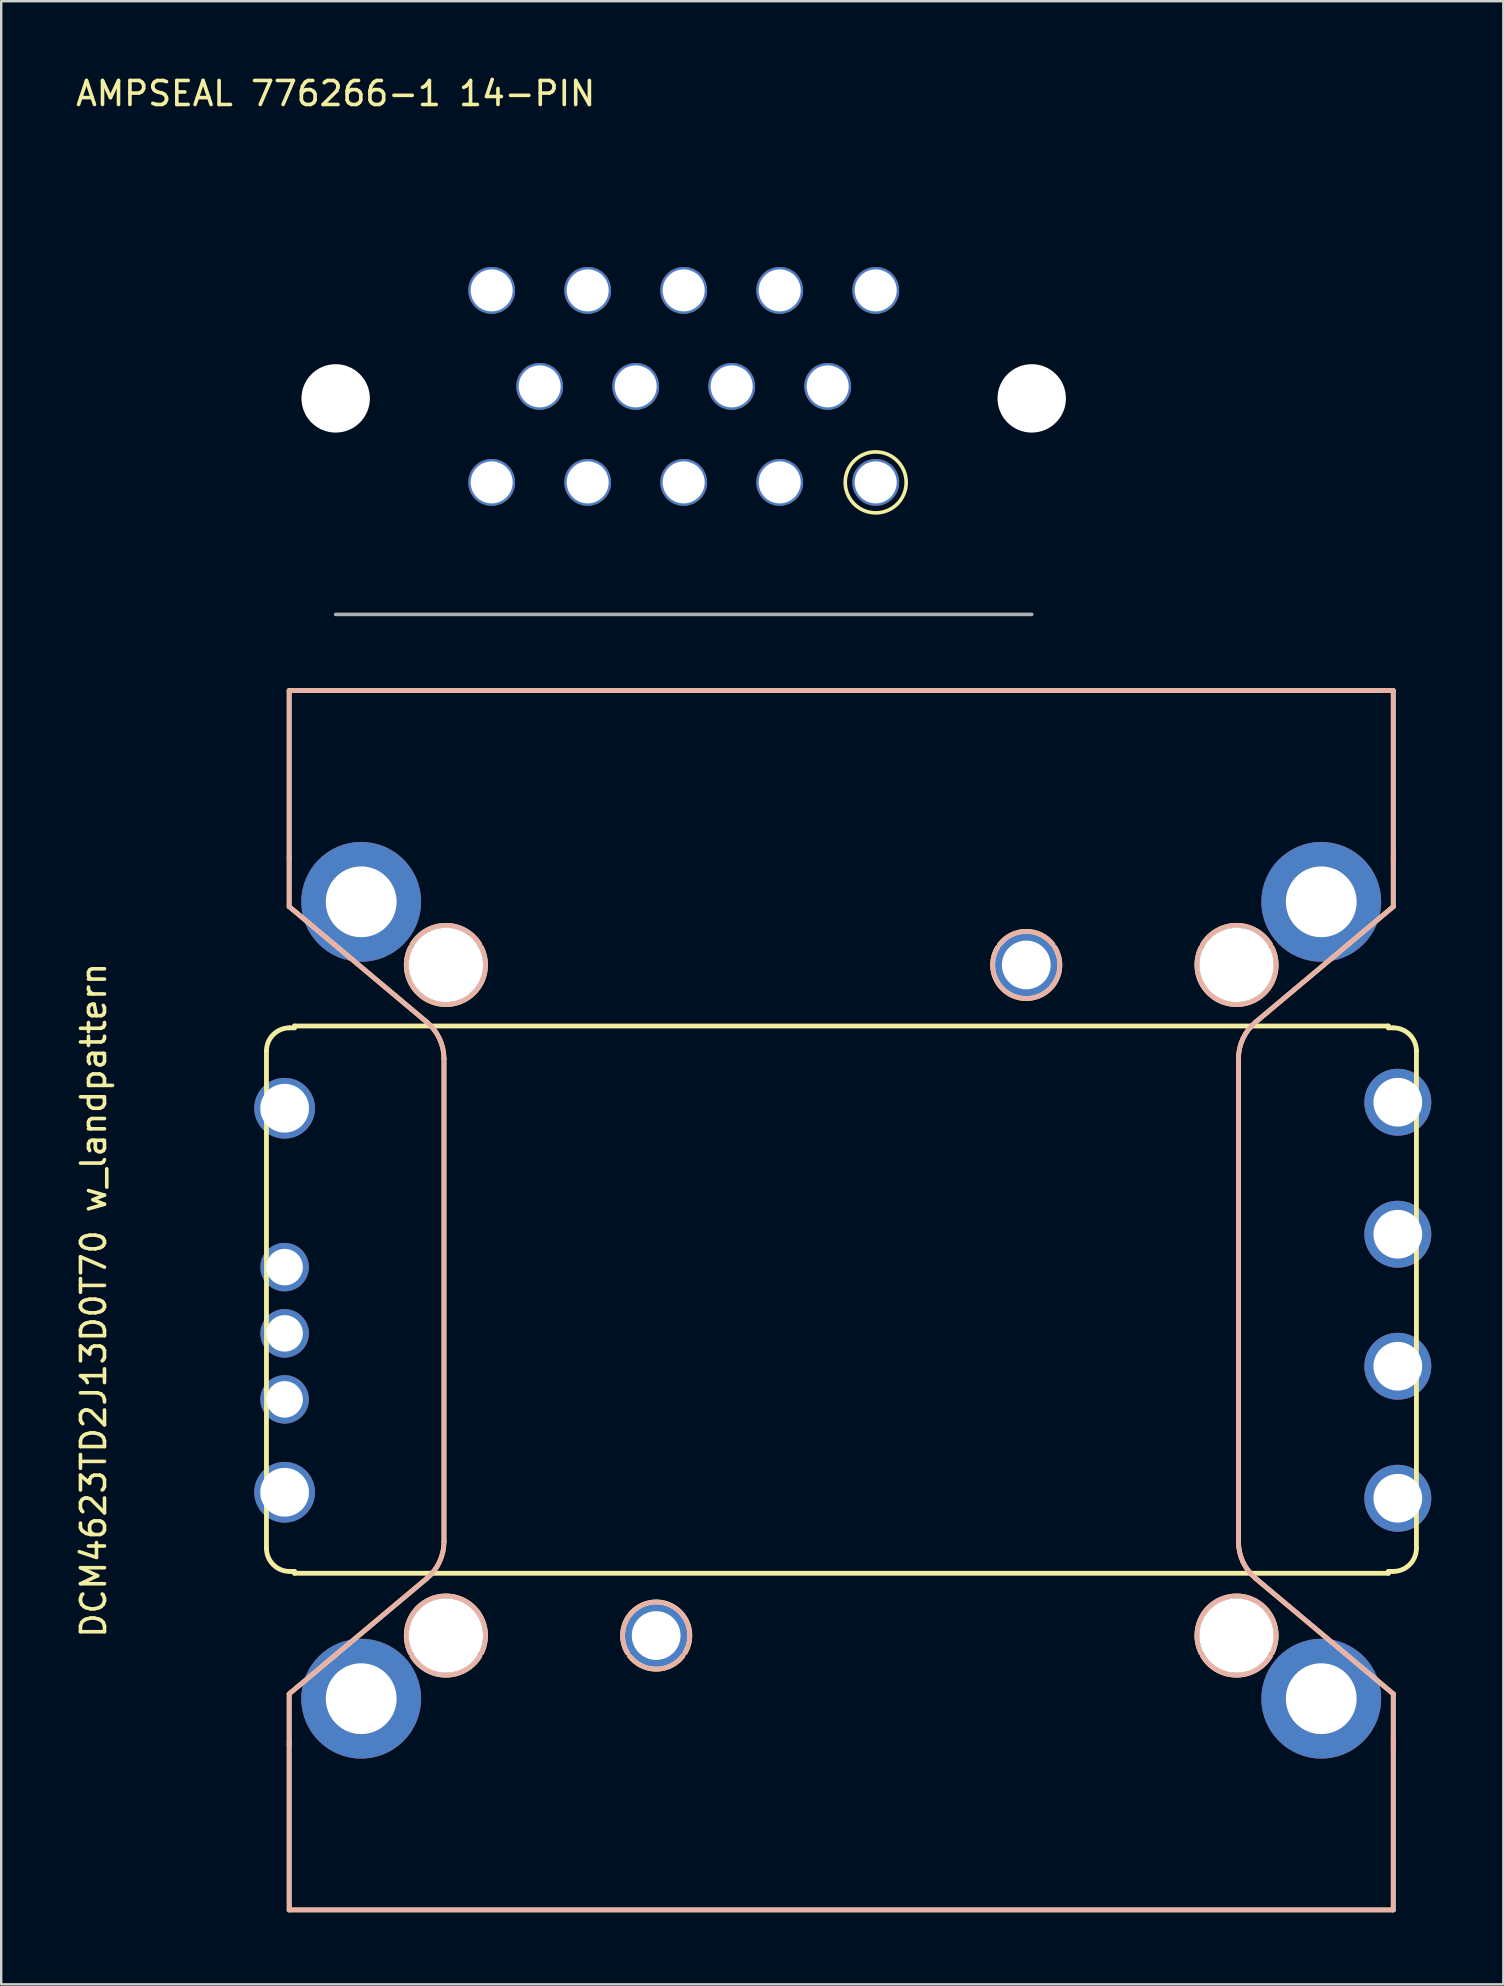
<source format=kicad_pcb>
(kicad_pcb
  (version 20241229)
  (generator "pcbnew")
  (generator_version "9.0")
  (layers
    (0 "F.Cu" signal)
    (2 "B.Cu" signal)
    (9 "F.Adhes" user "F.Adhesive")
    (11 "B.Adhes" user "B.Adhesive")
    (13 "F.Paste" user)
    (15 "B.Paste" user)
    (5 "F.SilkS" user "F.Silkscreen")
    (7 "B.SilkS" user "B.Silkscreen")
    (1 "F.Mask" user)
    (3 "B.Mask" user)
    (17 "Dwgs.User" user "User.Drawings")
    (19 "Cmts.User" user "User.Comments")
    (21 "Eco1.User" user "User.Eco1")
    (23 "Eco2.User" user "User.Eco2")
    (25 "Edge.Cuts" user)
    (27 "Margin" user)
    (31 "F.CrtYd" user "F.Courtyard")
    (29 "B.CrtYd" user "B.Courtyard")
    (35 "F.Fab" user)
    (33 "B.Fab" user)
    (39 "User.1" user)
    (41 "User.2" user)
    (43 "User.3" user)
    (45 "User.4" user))
  (footprint "AMPSEAL 776266-1 14-PIN"
    (layer "F.Cu")
    (at 10.935 13.548)
    (property "Reference" "AMPSEAL 776266-1 14-PIN" (at 0 -12.7 0) (layer "F.SilkS") (effects (font (size 1 1) (thickness 0.15))))
    (attr through_hole)
    (fp_circle (center 22.5 3.5) (end 22.5 2.23) (stroke (width 0.15) (type solid)) (fill no) (layer "F.SilkS"))
    (fp_line (start 0 9) (end 29 9) (stroke (width 0.15) (type solid)) (layer "F.Fab"))
    (pad "" np_thru_hole circle (at 0 0) (size 2.85 2.85) (drill 2.85) (layers "*.Cu" "*.Mask"))
    (pad "" np_thru_hole circle (at 29 0) (size 2.85 2.85) (drill 2.85) (layers "*.Cu" "*.Mask"))
    (pad "1" thru_hole circle (at 22.5 3.5) (size 1.95 1.95) (drill 1.75) (layers "*.Cu" "*.Mask"))
    (pad "2" thru_hole circle (at 18.5 3.5) (size 1.95 1.95) (drill 1.75) (layers "*.Cu" "*.Mask"))
    (pad "3" thru_hole circle (at 14.5 3.5) (size 1.95 1.95) (drill 1.75) (layers "*.Cu" "*.Mask"))
    (pad "4" thru_hole circle (at 10.5 3.5) (size 1.95 1.95) (drill 1.75) (layers "*.Cu" "*.Mask"))
    (pad "5" thru_hole circle (at 6.5 3.5) (size 1.95 1.95) (drill 1.75) (layers "*.Cu" "*.Mask"))
    (pad "6" thru_hole circle (at 20.5 -0.5) (size 1.95 1.95) (drill 1.75) (layers "*.Cu" "*.Mask"))
    (pad "7" thru_hole circle (at 16.5 -0.5) (size 1.95 1.95) (drill 1.75) (layers "*.Cu" "*.Mask"))
    (pad "8" thru_hole circle (at 12.5 -0.5) (size 1.95 1.95) (drill 1.75) (layers "*.Cu" "*.Mask"))
    (pad "9" thru_hole circle (at 8.5 -0.5) (size 1.95 1.95) (drill 1.75) (layers "*.Cu" "*.Mask"))
    (pad "10" thru_hole circle (at 22.5 -4.5) (size 1.95 1.95) (drill 1.75) (layers "*.Cu" "*.Mask"))
    (pad "11" thru_hole circle (at 18.5 -4.5) (size 1.95 1.95) (drill 1.75) (layers "*.Cu" "*.Mask"))
    (pad "12" thru_hole circle (at 14.5 -4.5) (size 1.95 1.95) (drill 1.75) (layers "*.Cu" "*.Mask"))
    (pad "13" thru_hole circle (at 10.5 -4.5) (size 1.95 1.95) (drill 1.75) (layers "*.Cu" "*.Mask"))
    (pad "14" thru_hole circle (at 6.5 -4.5) (size 1.95 1.95) (drill 1.75) (layers "*.Cu" "*.Mask")))
  (footprint "DCM4623TD2J13D0T70 w_landpattern"
    (layer "F.Cu")
    (at 31.998 51.123)
    (property "Reference" "DCM4623TD2J13D0T70 w_landpattern" (at -31.15 0 90) (layer "F.SilkS") (effects (font (size 1 1) (thickness 0.15))))
    (attr through_hole)
    (fp_line (start -23.947 10.332) (end -23.947 -10.385) (stroke (width 0.2) (type solid)) (layer "F.SilkS"))
    (fp_line (start -23 -25.4) (end -23 -18.505) (stroke (width 0.2) (type solid)) (layer "F.SilkS"))
    (fp_line (start -23 -18.505) (end -23 -18.378) (stroke (width 0.2) (type solid)) (layer "F.SilkS"))
    (fp_line (start -23 -18.378) (end -23 -16.4) (stroke (width 0.2) (type solid)) (layer "F.SilkS"))
    (fp_line (start -23 -16.4) (end -21.119 -14.822) (stroke (width 0.2) (type solid)) (layer "F.SilkS"))
    (fp_line (start -23 16.4) (end -23 18.378) (stroke (width 0.2) (type solid)) (layer "F.SilkS"))
    (fp_line (start -23 18.378) (end -23 18.505) (stroke (width 0.2) (type solid)) (layer "F.SilkS"))
    (fp_line (start -23 18.505) (end -23 25.4) (stroke (width 0.2) (type solid)) (layer "F.SilkS"))
    (fp_line (start -23 25.4) (end 23 25.4) (stroke (width 0.2) (type solid)) (layer "F.SilkS"))
    (fp_line (start -22.981 -11.35) (end -22.778 -11.35) (stroke (width 0.2) (type solid)) (layer "F.SilkS"))
    (fp_line (start -22.981 11.298) (end -22.778 11.298) (stroke (width 0.2) (type solid)) (layer "F.SilkS"))
    (fp_line (start -22.778 -11.426) (end -22.778 -11.35) (stroke (width 0.2) (type solid)) (layer "F.SilkS"))
    (fp_line (start -22.778 11.298) (end -22.778 11.374) (stroke (width 0.2) (type solid)) (layer "F.SilkS"))
    (fp_line (start -22.778 11.374) (end 22.797 11.374) (stroke (width 0.2) (type solid)) (layer "F.SilkS"))
    (fp_line (start -21.119 -14.822) (end -20.968 -14.695) (stroke (width 0.2) (type solid)) (layer "F.SilkS"))
    (fp_line (start -21.119 14.822) (end -23 16.4) (stroke (width 0.2) (type solid)) (layer "F.SilkS"))
    (fp_line (start -20.968 -14.695) (end -17.264 -11.587) (stroke (width 0.2) (type solid)) (layer "F.SilkS"))
    (fp_line (start -20.968 14.695) (end -21.119 14.822) (stroke (width 0.2) (type solid)) (layer "F.SilkS"))
    (fp_line (start -17.264 11.587) (end -20.968 14.695) (stroke (width 0.2) (type solid)) (layer "F.SilkS"))
    (fp_line (start -16.55 -10.055) (end -16.55 10.055) (stroke (width 0.2) (type solid)) (layer "F.SilkS"))
    (fp_line (start 16.55 10.055) (end 16.55 -10.055) (stroke (width 0.2) (type solid)) (layer "F.SilkS"))
    (fp_line (start 17.264 -11.587) (end 20.968 -14.695) (stroke (width 0.2) (type solid)) (layer "F.SilkS"))
    (fp_line (start 20.968 -14.695) (end 21.119 -14.822) (stroke (width 0.2) (type solid)) (layer "F.SilkS"))
    (fp_line (start 20.968 14.695) (end 17.264 11.587) (stroke (width 0.2) (type solid)) (layer "F.SilkS"))
    (fp_line (start 21.119 -14.822) (end 23 -16.4) (stroke (width 0.2) (type solid)) (layer "F.SilkS"))
    (fp_line (start 21.119 14.822) (end 20.968 14.695) (stroke (width 0.2) (type solid)) (layer "F.SilkS"))
    (fp_line (start 22.797 -11.426) (end -22.778 -11.426) (stroke (width 0.2) (type solid)) (layer "F.SilkS"))
    (fp_line (start 22.797 -11.426) (end 22.797 -11.35) (stroke (width 0.2) (type solid)) (layer "F.SilkS"))
    (fp_line (start 22.797 11.374) (end 22.797 11.298) (stroke (width 0.2) (type solid)) (layer "F.SilkS"))
    (fp_line (start 23 -25.4) (end -23 -25.4) (stroke (width 0.2) (type solid)) (layer "F.SilkS"))
    (fp_line (start 23 -18.505) (end 23 -25.4) (stroke (width 0.2) (type solid)) (layer "F.SilkS"))
    (fp_line (start 23 -18.378) (end 23 -18.505) (stroke (width 0.2) (type solid)) (layer "F.SilkS"))
    (fp_line (start 23 -16.4) (end 23 -18.378) (stroke (width 0.2) (type solid)) (layer "F.SilkS"))
    (fp_line (start 23 -11.35) (end 22.797 -11.35) (stroke (width 0.2) (type solid)) (layer "F.SilkS"))
    (fp_line (start 23 11.298) (end 22.797 11.298) (stroke (width 0.2) (type solid)) (layer "F.SilkS"))
    (fp_line (start 23 16.4) (end 21.119 14.822) (stroke (width 0.2) (type solid)) (layer "F.SilkS"))
    (fp_line (start 23 18.378) (end 23 16.4) (stroke (width 0.2) (type solid)) (layer "F.SilkS"))
    (fp_line (start 23 18.505) (end 23 18.378) (stroke (width 0.2) (type solid)) (layer "F.SilkS"))
    (fp_line (start 23 25.4) (end 23 18.505) (stroke (width 0.2) (type solid)) (layer "F.SilkS"))
    (fp_line (start 23.965 10.332) (end 23.965 -10.385) (stroke (width 0.2) (type solid)) (layer "F.SilkS"))
    (fp_arc (start -23.9466 -10.3848) (mid -23.663899 -11.067299) (end -22.9814 -11.35) (stroke (width 0.2) (type solid)) (layer "F.SilkS"))
    (fp_arc (start -22.9814 11.2976) (mid -23.663899 11.014899) (end -23.9466 10.3324) (stroke (width 0.2) (type solid)) (layer "F.SilkS"))
    (fp_arc (start -17.952186 14.695) (mid -16.47 12.32) (end -14.987814 14.695) (stroke (width 0.2) (type solid)) (layer "F.SilkS"))
    (fp_arc (start -17.88301 -14.822) (mid -16.47 -15.62) (end -15.05699 -14.822) (stroke (width 0.2) (type solid)) (layer "F.SilkS"))
    (fp_arc (start -17.264425 -11.587281) (mid -16.737385 -10.900429) (end -16.55 -10.055192) (stroke (width 0.2) (type solid)) (layer "F.SilkS"))
    (fp_arc (start -16.55 10.055192) (mid -16.737384 10.900429) (end -17.264425 11.587281) (stroke (width 0.2) (type solid)) (layer "F.SilkS"))
    (fp_arc (start -15.05699 14.822) (mid -16.47 15.62) (end -17.88301 14.822) (stroke (width 0.2) (type solid)) (layer "F.SilkS"))
    (fp_arc (start -14.987814 -14.695) (mid -16.47 -12.32) (end -17.952186 -14.695) (stroke (width 0.2) (type solid)) (layer "F.SilkS"))
    (fp_arc (start -8.906554 14.695) (mid -7.7089 12.57) (end -6.511246 14.695) (stroke (width 0.2) (type solid)) (layer "F.SilkS"))
    (fp_arc (start -6.598001 14.822) (mid -7.7089 15.37) (end -8.819799 14.822) (stroke (width 0.2) (type solid)) (layer "F.SilkS"))
    (fp_arc (start 6.598001 -14.822) (mid 7.7089 -15.37) (end 8.819799 -14.822) (stroke (width 0.2) (type solid)) (layer "F.SilkS"))
    (fp_arc (start 8.906554 -14.695) (mid 7.7089 -12.57) (end 6.511246 -14.695) (stroke (width 0.2) (type solid)) (layer "F.SilkS"))
    (fp_arc (start 14.987814 14.695) (mid 16.47 12.32) (end 17.952186 14.695) (stroke (width 0.2) (type solid)) (layer "F.SilkS"))
    (fp_arc (start 15.05699 -14.822) (mid 16.47 -15.62) (end 17.88301 -14.822) (stroke (width 0.2) (type solid)) (layer "F.SilkS"))
    (fp_arc (start 16.55 -10.055192) (mid 16.737384 -10.900429) (end 17.264425 -11.587281) (stroke (width 0.2) (type solid)) (layer "F.SilkS"))
    (fp_arc (start 17.264425 11.587281) (mid 16.737385 10.900429) (end 16.55 10.055192) (stroke (width 0.2) (type solid)) (layer "F.SilkS"))
    (fp_arc (start 17.88301 14.822) (mid 16.47 15.62) (end 15.05699 14.822) (stroke (width 0.2) (type solid)) (layer "F.SilkS"))
    (fp_arc (start 17.952186 -14.695) (mid 16.47 -12.32) (end 14.987814 -14.695) (stroke (width 0.2) (type solid)) (layer "F.SilkS"))
    (fp_arc (start 23 -11.35) (mid 23.682499 -11.067299) (end 23.9652 -10.3848) (stroke (width 0.2) (type solid)) (layer "F.SilkS"))
    (fp_arc (start 23.9652 10.3324) (mid 23.682499 11.014899) (end 23 11.2976) (stroke (width 0.2) (type solid)) (layer "F.SilkS"))
    (fp_circle (center -20 -16.6) (end -20 -17.625) (stroke (width 0.2) (type solid)) (fill no) (layer "F.SilkS"))
    (fp_circle (center -20 16.6) (end -20 15.575) (stroke (width 0.2) (type solid)) (fill no) (layer "F.SilkS"))
    (fp_circle (center 20 -16.6) (end 20 -17.625) (stroke (width 0.2) (type solid)) (fill no) (layer "F.SilkS"))
    (fp_circle (center 20 16.6) (end 20 15.575) (stroke (width 0.2) (type solid)) (fill no) (layer "F.SilkS"))
    (fp_line (start -23 -25.4) (end -23 -18.505) (stroke (width 0.2) (type solid)) (layer "B.SilkS"))
    (fp_line (start -23 -18.505) (end -23 -18.378) (stroke (width 0.2) (type solid)) (layer "B.SilkS"))
    (fp_line (start -23 -18.378) (end -23 -16.4) (stroke (width 0.2) (type solid)) (layer "B.SilkS"))
    (fp_line (start -23 -16.4) (end -21.119 -14.822) (stroke (width 0.2) (type solid)) (layer "B.SilkS"))
    (fp_line (start -23 16.4) (end -23 18.378) (stroke (width 0.2) (type solid)) (layer "B.SilkS"))
    (fp_line (start -23 18.378) (end -23 18.505) (stroke (width 0.2) (type solid)) (layer "B.SilkS"))
    (fp_line (start -23 18.505) (end -23 25.4) (stroke (width 0.2) (type solid)) (layer "B.SilkS"))
    (fp_line (start -23 25.4) (end 23 25.4) (stroke (width 0.2) (type solid)) (layer "B.SilkS"))
    (fp_line (start -21.119 -14.822) (end -20.968 -14.695) (stroke (width 0.2) (type solid)) (layer "B.SilkS"))
    (fp_line (start -21.119 14.822) (end -23 16.4) (stroke (width 0.2) (type solid)) (layer "B.SilkS"))
    (fp_line (start -20.968 -14.695) (end -17.264 -11.587) (stroke (width 0.2) (type solid)) (layer "B.SilkS"))
    (fp_line (start -20.968 14.695) (end -21.119 14.822) (stroke (width 0.2) (type solid)) (layer "B.SilkS"))
    (fp_line (start -17.264 11.587) (end -20.968 14.695) (stroke (width 0.2) (type solid)) (layer "B.SilkS"))
    (fp_line (start -16.55 -10.055) (end -16.55 10.055) (stroke (width 0.2) (type solid)) (layer "B.SilkS"))
    (fp_line (start 16.55 10.055) (end 16.55 -10.055) (stroke (width 0.2) (type solid)) (layer "B.SilkS"))
    (fp_line (start 17.264 -11.587) (end 20.968 -14.695) (stroke (width 0.2) (type solid)) (layer "B.SilkS"))
    (fp_line (start 20.968 -14.695) (end 21.119 -14.822) (stroke (width 0.2) (type solid)) (layer "B.SilkS"))
    (fp_line (start 20.968 14.695) (end 17.264 11.587) (stroke (width 0.2) (type solid)) (layer "B.SilkS"))
    (fp_line (start 21.119 -14.822) (end 23 -16.4) (stroke (width 0.2) (type solid)) (layer "B.SilkS"))
    (fp_line (start 21.119 14.822) (end 20.968 14.695) (stroke (width 0.2) (type solid)) (layer "B.SilkS"))
    (fp_line (start 23 -25.4) (end -23 -25.4) (stroke (width 0.2) (type solid)) (layer "B.SilkS"))
    (fp_line (start 23 -18.505) (end 23 -25.4) (stroke (width 0.2) (type solid)) (layer "B.SilkS"))
    (fp_line (start 23 -18.378) (end 23 -18.505) (stroke (width 0.2) (type solid)) (layer "B.SilkS"))
    (fp_line (start 23 -16.4) (end 23 -18.378) (stroke (width 0.2) (type solid)) (layer "B.SilkS"))
    (fp_line (start 23 16.4) (end 21.119 14.822) (stroke (width 0.2) (type solid)) (layer "B.SilkS"))
    (fp_line (start 23 18.378) (end 23 16.4) (stroke (width 0.2) (type solid)) (layer "B.SilkS"))
    (fp_line (start 23 18.505) (end 23 18.378) (stroke (width 0.2) (type solid)) (layer "B.SilkS"))
    (fp_line (start 23 25.4) (end 23 18.505) (stroke (width 0.2) (type solid)) (layer "B.SilkS"))
    (fp_arc (start -17.952186 14.695) (mid -16.47 12.32) (end -14.987814 14.695) (stroke (width 0.2) (type solid)) (layer "B.SilkS"))
    (fp_arc (start -17.88301 -14.822) (mid -16.47 -15.62) (end -15.05699 -14.822) (stroke (width 0.2) (type solid)) (layer "B.SilkS"))
    (fp_arc (start -17.264425 -11.587281) (mid -16.737385 -10.900429) (end -16.55 -10.055192) (stroke (width 0.2) (type solid)) (layer "B.SilkS"))
    (fp_arc (start -16.55 10.055192) (mid -16.737384 10.900429) (end -17.264425 11.587281) (stroke (width 0.2) (type solid)) (layer "B.SilkS"))
    (fp_arc (start -15.05699 14.822) (mid -16.47 15.62) (end -17.88301 14.822) (stroke (width 0.2) (type solid)) (layer "B.SilkS"))
    (fp_arc (start -14.987814 -14.695) (mid -16.47 -12.32) (end -17.952186 -14.695) (stroke (width 0.2) (type solid)) (layer "B.SilkS"))
    (fp_arc (start -8.906554 14.695) (mid -7.7089 12.57) (end -6.511246 14.695) (stroke (width 0.2) (type solid)) (layer "B.SilkS"))
    (fp_arc (start -6.598001 14.822) (mid -7.7089 15.37) (end -8.819799 14.822) (stroke (width 0.2) (type solid)) (layer "B.SilkS"))
    (fp_arc (start 6.598001 -14.822) (mid 7.7089 -15.37) (end 8.819799 -14.822) (stroke (width 0.2) (type solid)) (layer "B.SilkS"))
    (fp_arc (start 8.906554 -14.695) (mid 7.7089 -12.57) (end 6.511246 -14.695) (stroke (width 0.2) (type solid)) (layer "B.SilkS"))
    (fp_arc (start 14.987814 14.695) (mid 16.47 12.32) (end 17.952186 14.695) (stroke (width 0.2) (type solid)) (layer "B.SilkS"))
    (fp_arc (start 15.05699 -14.822) (mid 16.47 -15.62) (end 17.88301 -14.822) (stroke (width 0.2) (type solid)) (layer "B.SilkS"))
    (fp_arc (start 16.55 -10.055192) (mid 16.737384 -10.900429) (end 17.264425 -11.587281) (stroke (width 0.2) (type solid)) (layer "B.SilkS"))
    (fp_arc (start 17.264425 11.587281) (mid 16.737385 10.900429) (end 16.55 10.055192) (stroke (width 0.2) (type solid)) (layer "B.SilkS"))
    (fp_arc (start 17.88301 14.822) (mid 16.47 15.62) (end 15.05699 14.822) (stroke (width 0.2) (type solid)) (layer "B.SilkS"))
    (fp_arc (start 17.952186 -14.695) (mid 16.47 -12.32) (end 14.987814 -14.695) (stroke (width 0.2) (type solid)) (layer "B.SilkS"))
    (fp_circle (center -20 -16.6) (end -20 -17.625) (stroke (width 0.2) (type solid)) (fill no) (layer "B.SilkS"))
    (fp_circle (center -20 16.6) (end -20 15.575) (stroke (width 0.2) (type solid)) (fill no) (layer "B.SilkS"))
    (fp_circle (center 20 -16.6) (end 20 -17.625) (stroke (width 0.2) (type solid)) (fill no) (layer "B.SilkS"))
    (fp_circle (center 20 16.6) (end 20 15.575) (stroke (width 0.2) (type solid)) (fill no) (layer "B.SilkS"))
    (pad "" thru_hole circle (at -20 -16.6) (size 4.99 4.99) (drill 2.95) (layers "*.Cu" "*.Mask"))
    (pad "" thru_hole circle (at -20 16.6) (size 4.99 4.99) (drill 2.95) (layers "*.Cu" "*.Mask"))
    (pad "" np_thru_hole circle (at -16.47 -13.97) (size 3.1 3.1) (drill 3.1) (layers "*.Cu" "*.Mask"))
    (pad "" np_thru_hole circle (at -16.47 13.97) (size 3.1 3.1) (drill 3.1) (layers "*.Cu" "*.Mask"))
    (pad "" thru_hole circle (at -7.71 13.97) (size 2.79 2.79) (drill 2.03) (layers "*.Cu" "*.Mask"))
    (pad "" thru_hole circle (at 7.71 -13.97) (size 2.79 2.79) (drill 2.03) (layers "*.Cu" "*.Mask"))
    (pad "" np_thru_hole circle (at 16.47 -13.97) (size 3.1 3.1) (drill 3.1) (layers "*.Cu" "*.Mask"))
    (pad "" np_thru_hole circle (at 16.47 13.97) (size 3.1 3.1) (drill 3.1) (layers "*.Cu" "*.Mask"))
    (pad "" thru_hole circle (at 20 -16.6) (size 4.99 4.99) (drill 2.95) (layers "*.Cu" "*.Mask"))
    (pad "" thru_hole circle (at 20 16.6) (size 4.99 4.99) (drill 2.95) (layers "*.Cu" "*.Mask"))
    (pad "1" thru_hole circle (at -23.19 -8) (size 2.53 2.53) (drill 2.03) (layers "*.Cu" "*.Mask"))
    (pad "2" thru_hole circle (at -23.19 -1.38) (size 2.02 2.02) (drill 1.52) (layers "*.Cu" "*.Mask"))
    (pad "3" thru_hole circle (at -23.19 1.38) (size 2.02 2.02) (drill 1.52) (layers "*.Cu" "*.Mask"))
    (pad "4" thru_hole circle (at -23.19 4.13) (size 2.02 2.02) (drill 1.52) (layers "*.Cu" "*.Mask"))
    (pad "5" thru_hole circle (at -23.19 8) (size 2.53 2.53) (drill 2.03) (layers "*.Cu" "*.Mask"))
    (pad "6" thru_hole circle (at 23.19 8.25) (size 2.79 2.79) (drill 2.03) (layers "*.Cu" "*.Mask"))
    (pad "7" thru_hole circle (at 23.19 2.75) (size 2.79 2.79) (drill 2.03) (layers "*.Cu" "*.Mask"))
    (pad "8" thru_hole circle (at 23.19 -2.75) (size 2.79 2.79) (drill 2.03) (layers "*.Cu" "*.Mask"))
    (pad "9" thru_hole circle (at 23.19 -8.25) (size 2.79 2.79) (drill 2.03) (layers "*.Cu" "*.Mask")))
  (gr_rect
    (start -3 -3)
    (end 59.583 79.623)
    (stroke (width 0.1) (type default))
    (fill no)
    (layer "Edge.Cuts")))
</source>
